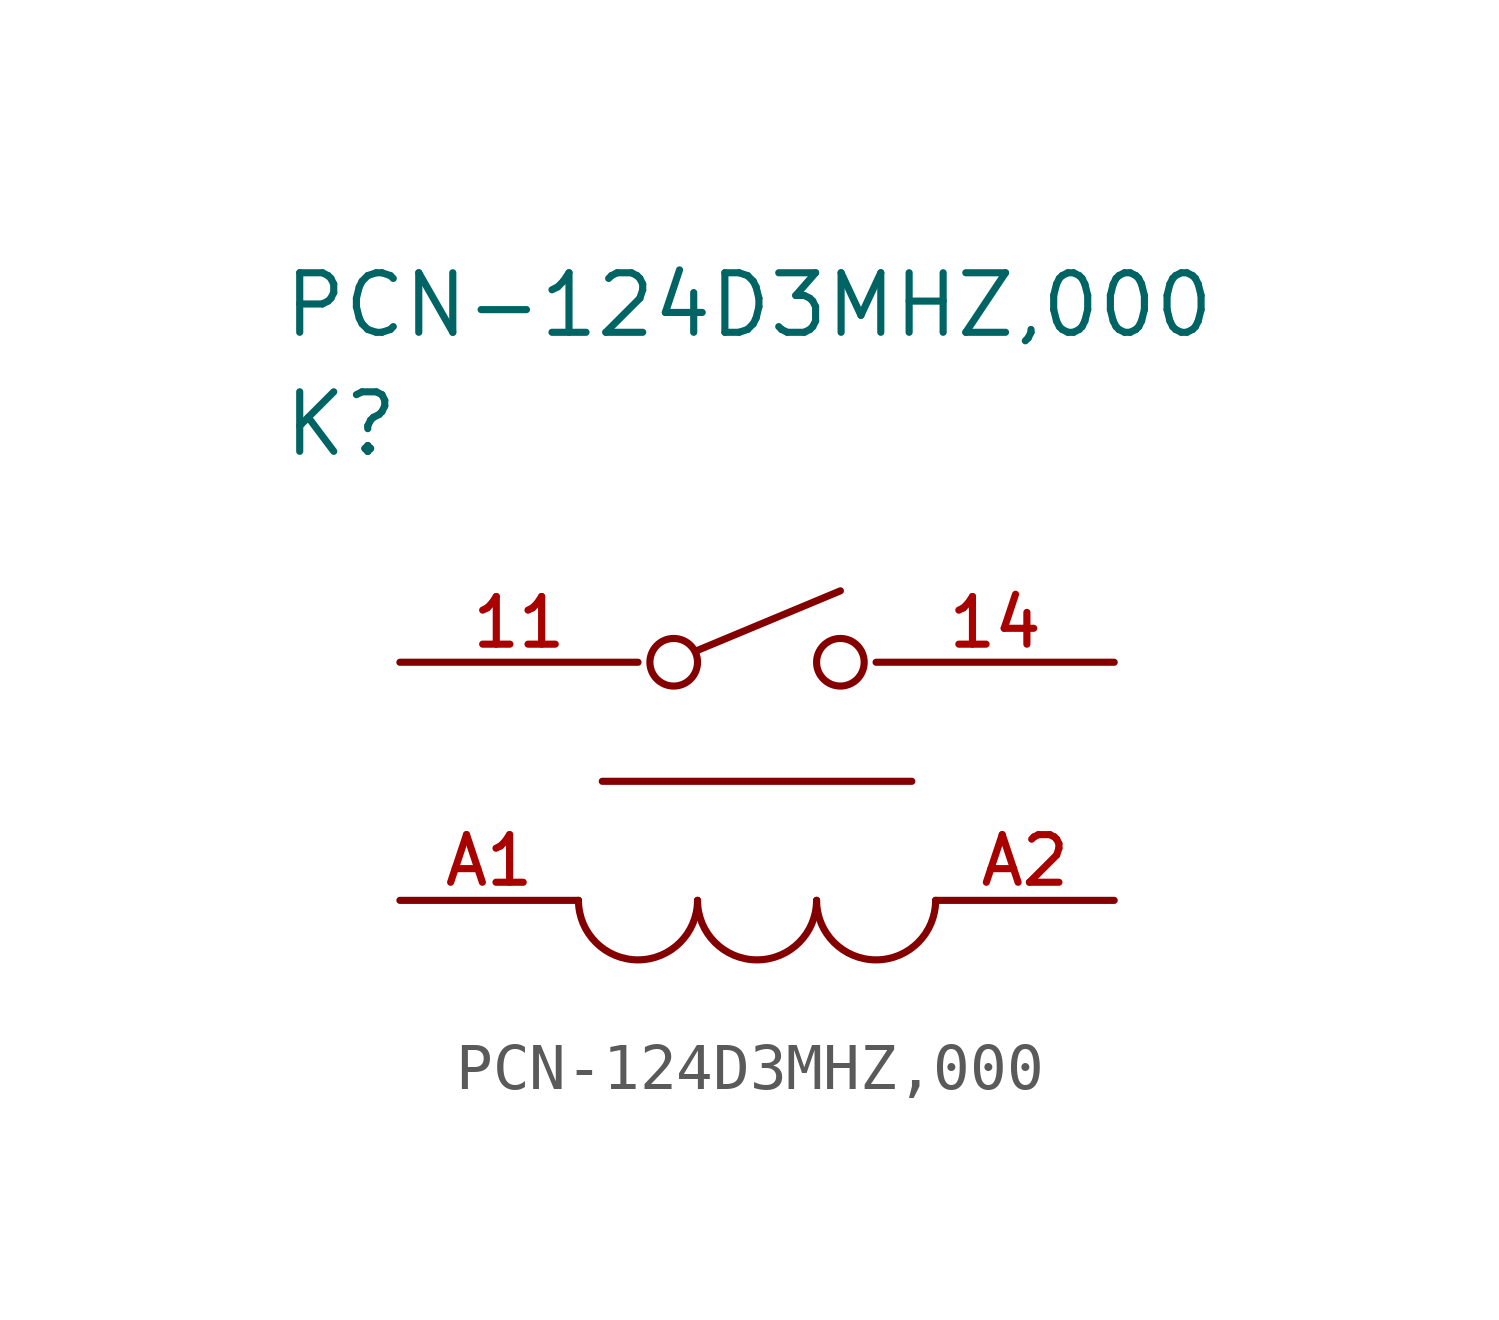
<source format=kicad_sym>
(kicad_symbol_lib
  (version 20211014)
  (generator kicad_symbol_editor)
  (symbol "PCN-124D3MHZ,000"
    (pin_names
      (offset 1.016))
    (property "Reference" "K"
      (at 0 5.08 0)
      (effects (font (size 1.27 1.27)) (justify left)))
    (property "Value" "PCN-124D3MHZ,000"
      (at 0 7.62 0)
      (effects (font (size 1.27 1.27)) (justify left)))
    (property "ki_locked" ""
      (at 0 0 0)
      (effects (font (size 1.27 1.27))))
    (symbol "PCN-124D3MHZ,000_1_1"
      (polyline (pts (xy 8.89 0.254) (xy 11.938 1.524)) (stroke (width 0) (type default) (color 0 0 0 0)) (fill (type none)))
      (polyline (pts (xy 13.462 -2.54) (xy 6.858 -2.54)) (stroke (width 0) (type default) (color 0 0 0 0)) (fill (type none)))
      (arc (start 6.35 -5.08) (mid 7.62 -6.35) (end 8.89 -5.08) (stroke (width 0) (type default) (color 0 0 0 0)) (fill (type none)))
      (circle (center 8.382 0) (radius 0.508) (stroke (width 0) (type default) (color 0 0 0 0)) (fill (type none)))
      (arc (start 8.89 -5.08) (mid 10.16 -6.35) (end 11.43 -5.08) (stroke (width 0) (type default) (color 0 0 0 0)) (fill (type none)))
      (arc (start 11.43 -5.08) (mid 12.7 -6.35) (end 13.97 -5.08) (stroke (width 0) (type default) (color 0 0 0 0)) (fill (type none)))
      (circle (center 11.938 0) (radius 0.508) (stroke (width 0) (type default) (color 0 0 0 0)) (fill (type none)))
      (pin passive line (at 2.54 0 0) (length 5.08) (name "11" (effects (font (size 0 0)))) (number "11" (effects (font (size 1.016 1.016)))))
      (pin passive line (at 17.78 0 180) (length 5.08) (name "14" (effects (font (size 0 0)))) (number "14" (effects (font (size 1.016 1.016)))))
      (pin passive line (at 2.54 -5.08 0) (length 3.81) (name "A1" (effects (font (size 0 0)))) (number "A1" (effects (font (size 1.016 1.016)))))
      (pin passive line (at 17.78 -5.08 180) (length 3.81) (name "A2" (effects (font (size 0 0)))) (number "A2" (effects (font (size 1.016 1.016))))))))
</source>
